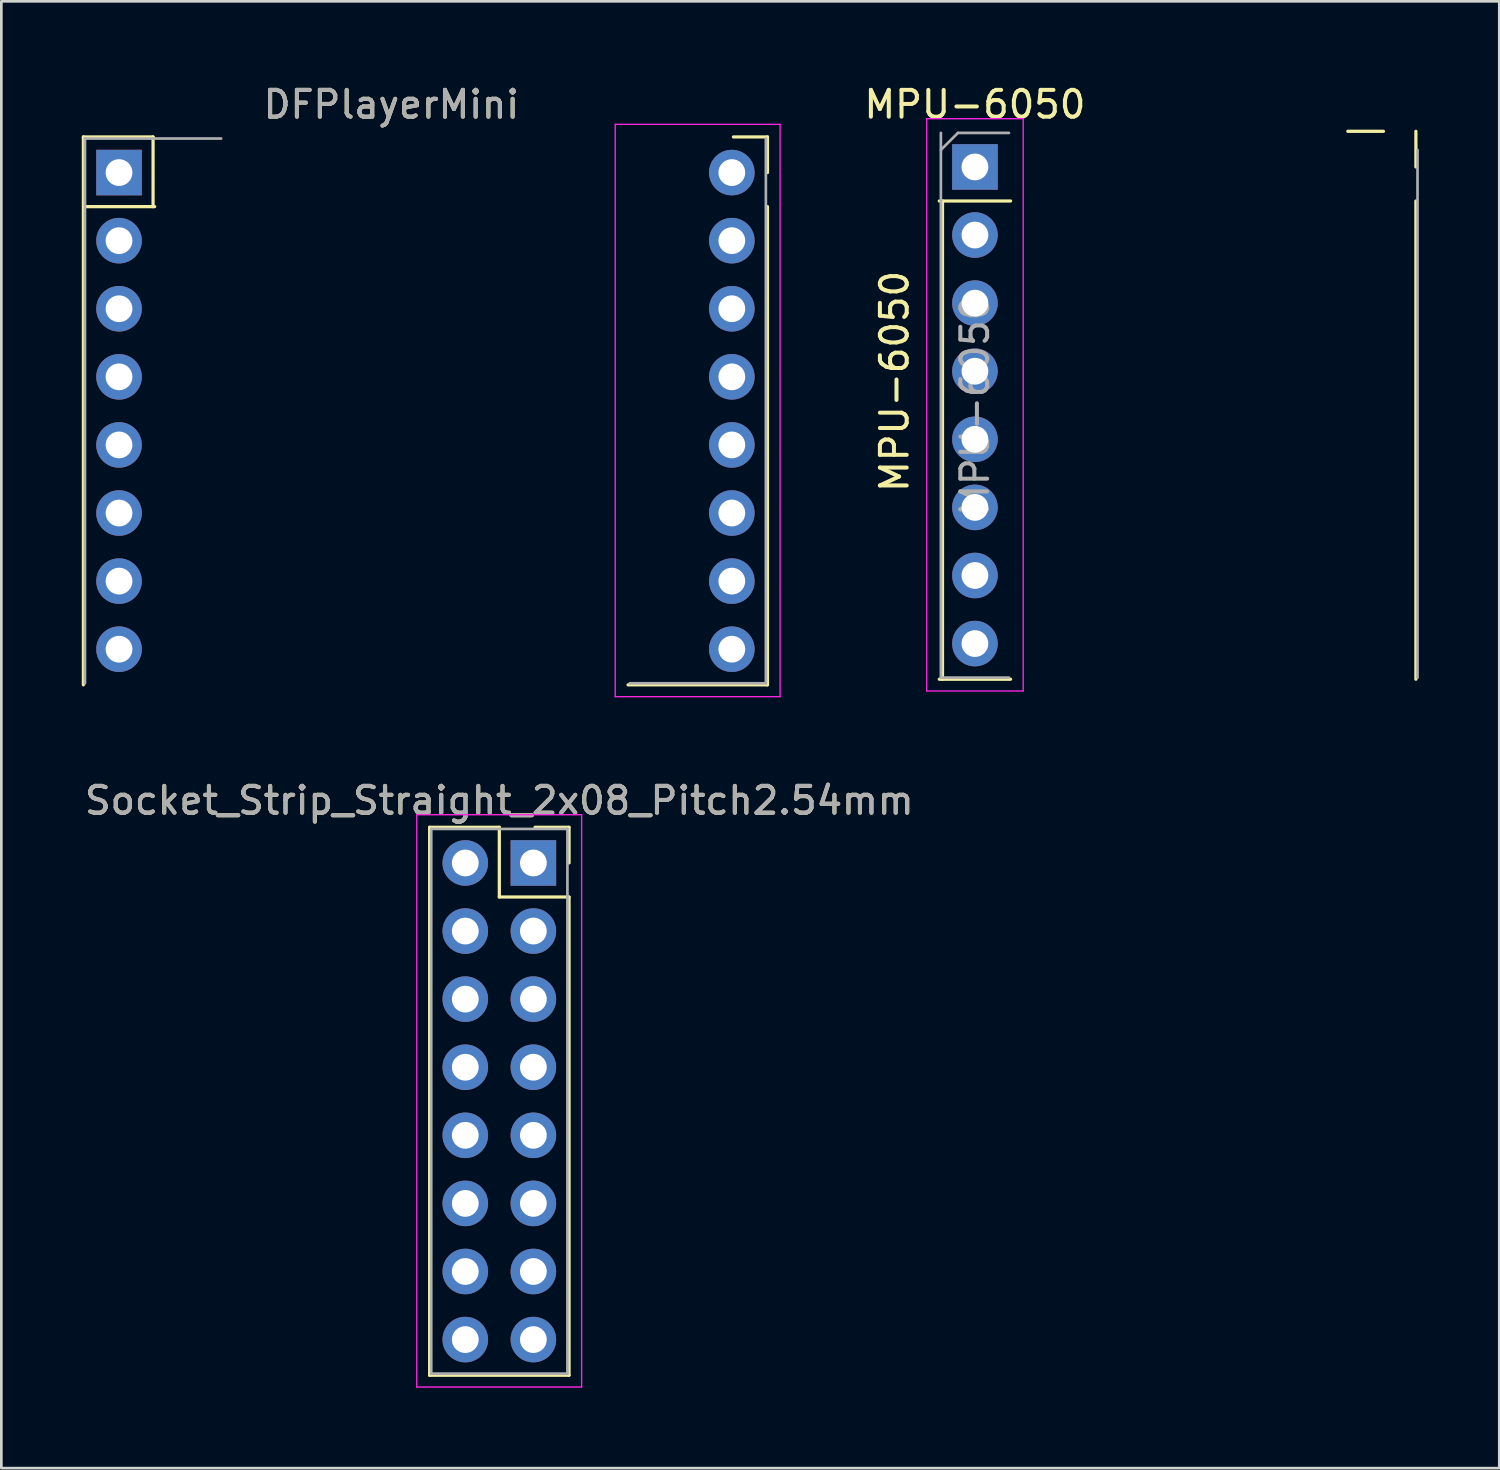
<source format=kicad_pcb>
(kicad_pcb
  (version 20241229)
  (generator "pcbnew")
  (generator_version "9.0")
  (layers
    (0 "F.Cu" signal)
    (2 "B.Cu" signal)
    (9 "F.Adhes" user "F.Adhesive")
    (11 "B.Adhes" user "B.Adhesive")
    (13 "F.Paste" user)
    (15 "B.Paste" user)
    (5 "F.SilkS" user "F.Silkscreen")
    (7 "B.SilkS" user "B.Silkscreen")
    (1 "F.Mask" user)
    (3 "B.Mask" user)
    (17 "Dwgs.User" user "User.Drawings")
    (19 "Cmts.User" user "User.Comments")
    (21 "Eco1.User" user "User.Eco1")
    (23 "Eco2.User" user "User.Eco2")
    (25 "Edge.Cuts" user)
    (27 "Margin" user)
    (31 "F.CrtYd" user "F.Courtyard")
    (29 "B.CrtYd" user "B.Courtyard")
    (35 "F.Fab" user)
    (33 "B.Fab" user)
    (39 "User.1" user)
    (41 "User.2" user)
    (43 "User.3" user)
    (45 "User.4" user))
  (footprint "Socket_Strip_Straight_2x08_Pitch2.54mm"
    (placed yes)
    (layer "F.Cu")
    (at 16.847 29.142)
    (property "Reference" "Socket_Strip_Straight_2x08_Pitch2.54mm" (at -1.27 -2.33 0) (layer "F.SilkS") (effects (font (size 1 1) (thickness 0.15))))
    (attr through_hole)
    (fp_line (start -3.87 -1.33) (end -1.27 -1.33) (stroke (width 0.12) (type solid)) (layer "F.SilkS"))
    (fp_line (start -3.87 19.11) (end -3.87 -1.33) (stroke (width 0.12) (type solid)) (layer "F.SilkS"))
    (fp_line (start -1.27 -1.33) (end -1.27 1.27) (stroke (width 0.12) (type solid)) (layer "F.SilkS"))
    (fp_line (start -1.27 1.27) (end 1.33 1.27) (stroke (width 0.12) (type solid)) (layer "F.SilkS"))
    (fp_line (start 1.33 -1.33) (end 0.06 -1.33) (stroke (width 0.12) (type solid)) (layer "F.SilkS"))
    (fp_line (start 1.33 0) (end 1.33 -1.33) (stroke (width 0.12) (type solid)) (layer "F.SilkS"))
    (fp_line (start 1.33 1.27) (end 1.33 19.11) (stroke (width 0.12) (type solid)) (layer "F.SilkS"))
    (fp_line (start 1.33 19.11) (end -3.87 19.11) (stroke (width 0.12) (type solid)) (layer "F.SilkS"))
    (fp_line (start -4.35 -1.8) (end -4.35 19.55) (stroke (width 0.05) (type solid)) (layer "F.CrtYd"))
    (fp_line (start -4.35 19.55) (end 1.8 19.55) (stroke (width 0.05) (type solid)) (layer "F.CrtYd"))
    (fp_line (start 1.8 -1.8) (end -4.35 -1.8) (stroke (width 0.05) (type solid)) (layer "F.CrtYd"))
    (fp_line (start 1.8 19.55) (end 1.8 -1.8) (stroke (width 0.05) (type solid)) (layer "F.CrtYd"))
    (fp_line (start -3.81 -1.27) (end -3.81 19.05) (stroke (width 0.1) (type solid)) (layer "F.Fab"))
    (fp_line (start -3.81 19.05) (end 1.27 19.05) (stroke (width 0.1) (type solid)) (layer "F.Fab"))
    (fp_line (start 1.27 -1.27) (end -3.81 -1.27) (stroke (width 0.1) (type solid)) (layer "F.Fab"))
    (fp_line (start 1.27 19.05) (end 1.27 -1.27) (stroke (width 0.1) (type solid)) (layer "F.Fab"))
    (fp_text user "${REFERENCE}" (at -1.27 -2.33 0) (layer "F.Fab") (effects (font (size 1 1) (thickness 0.15))))
    (pad "1" thru_hole rect (at 0 0) (size 1.7 1.7) (drill 1) (layers "*.Cu" "*.Mask"))
    (pad "2" thru_hole oval (at -2.54 0) (size 1.7 1.7) (drill 1) (layers "*.Cu" "*.Mask"))
    (pad "3" thru_hole oval (at 0 2.54) (size 1.7 1.7) (drill 1) (layers "*.Cu" "*.Mask"))
    (pad "4" thru_hole oval (at -2.54 2.54) (size 1.7 1.7) (drill 1) (layers "*.Cu" "*.Mask"))
    (pad "5" thru_hole oval (at 0 5.08) (size 1.7 1.7) (drill 1) (layers "*.Cu" "*.Mask"))
    (pad "6" thru_hole oval (at -2.54 5.08) (size 1.7 1.7) (drill 1) (layers "*.Cu" "*.Mask"))
    (pad "7" thru_hole oval (at 0 7.62) (size 1.7 1.7) (drill 1) (layers "*.Cu" "*.Mask"))
    (pad "8" thru_hole oval (at -2.54 7.62) (size 1.7 1.7) (drill 1) (layers "*.Cu" "*.Mask"))
    (pad "9" thru_hole oval (at 0 10.16) (size 1.7 1.7) (drill 1) (layers "*.Cu" "*.Mask"))
    (pad "10" thru_hole oval (at -2.54 10.16) (size 1.7 1.7) (drill 1) (layers "*.Cu" "*.Mask"))
    (pad "11" thru_hole oval (at 0 12.7) (size 1.7 1.7) (drill 1) (layers "*.Cu" "*.Mask"))
    (pad "12" thru_hole oval (at -2.54 12.7) (size 1.7 1.7) (drill 1) (layers "*.Cu" "*.Mask"))
    (pad "13" thru_hole oval (at 0 15.24) (size 1.7 1.7) (drill 1) (layers "*.Cu" "*.Mask"))
    (pad "14" thru_hole oval (at -2.54 15.24) (size 1.7 1.7) (drill 1) (layers "*.Cu" "*.Mask"))
    (pad "15" thru_hole oval (at 0 17.78) (size 1.7 1.7) (drill 1) (layers "*.Cu" "*.Mask"))
    (pad "16" thru_hole oval (at -2.54 17.78) (size 1.7 1.7) (drill 1) (layers "*.Cu" "*.Mask")))
  (footprint "MPU-6050"
    (placed yes)
    (layer "F.Cu")
    (at 33.319 3.178)
    (property "Reference" "MPU-6050" (at 0 -2.33 0) (layer "F.SilkS") (effects (font (size 1 1) (thickness 0.15))))
    (attr through_hole)
    (fp_line (start -1.33 1.27) (end 1.33 1.27) (stroke (width 0.12) (type solid)) (layer "F.SilkS"))
    (fp_line (start -1.33 19.11) (end 1.33 19.11) (stroke (width 0.12) (type solid)) (layer "F.SilkS"))
    (fp_line (start -1.21 1.27) (end -1.21 19.11) (stroke (width 0.12) (type solid)) (layer "F.SilkS"))
    (fp_line (start 13.91 -1.33) (end 15.24 -1.33) (stroke (width 0.12) (type solid)) (layer "F.SilkS"))
    (fp_line (start 16.45 0) (end 16.45 -1.33) (stroke (width 0.12) (type solid)) (layer "F.SilkS"))
    (fp_line (start 16.45 1.27) (end 16.45 19.11) (stroke (width 0.12) (type solid)) (layer "F.SilkS"))
    (fp_line (start -1.8 -1.8) (end -1.8 19.55) (stroke (width 0.05) (type solid)) (layer "F.CrtYd"))
    (fp_line (start -1.8 19.55) (end 1.8 19.55) (stroke (width 0.05) (type solid)) (layer "F.CrtYd"))
    (fp_line (start 1.8 -1.8) (end -1.8 -1.8) (stroke (width 0.05) (type solid)) (layer "F.CrtYd"))
    (fp_line (start 1.8 19.55) (end 1.8 -1.8) (stroke (width 0.05) (type solid)) (layer "F.CrtYd"))
    (fp_line (start -1.27 -1.27) (end -1.27 19.05) (stroke (width 0.1) (type solid)) (layer "F.Fab"))
    (fp_line (start -1.27 -0.635) (end -0.635 -1.27) (stroke (width 0.1) (type solid)) (layer "F.Fab"))
    (fp_line (start -0.635 -1.27) (end 1.27 -1.27) (stroke (width 0.1) (type solid)) (layer "F.Fab"))
    (fp_line (start 1.27 19.05) (end -1.27 19.05) (stroke (width 0.1) (type solid)) (layer "F.Fab"))
    (fp_line (start 16.51 19.05) (end 16.51 -0.635) (stroke (width 0.1) (type solid)) (layer "F.Fab"))
    (fp_text user "MPU-6050" (at -3 8 90) (layer "F.SilkS") (effects (font (size 1 1) (thickness 0.15))))
    (fp_text user "${REFERENCE}" (at 0 8.89 90) (layer "F.Fab") (effects (font (size 1 1) (thickness 0.15))))
    (pad "1" thru_hole rect (at 0 0) (size 1.7 1.7) (drill 1) (layers "*.Cu" "*.Mask"))
    (pad "2" thru_hole oval (at 0 2.54) (size 1.7 1.7) (drill 1) (layers "*.Cu" "*.Mask"))
    (pad "3" thru_hole oval (at 0 5.08) (size 1.7 1.7) (drill 1) (layers "*.Cu" "*.Mask"))
    (pad "4" thru_hole oval (at 0 7.62) (size 1.7 1.7) (drill 1) (layers "*.Cu" "*.Mask"))
    (pad "5" thru_hole oval (at 0 10.16) (size 1.7 1.7) (drill 1) (layers "*.Cu" "*.Mask"))
    (pad "6" thru_hole oval (at 0 12.7) (size 1.7 1.7) (drill 1) (layers "*.Cu" "*.Mask"))
    (pad "7" thru_hole oval (at 0 15.24) (size 1.7 1.7) (drill 1) (layers "*.Cu" "*.Mask"))
    (pad "8" thru_hole oval (at 0 17.78) (size 1.7 1.7) (drill 1) (layers "*.Cu" "*.Mask")))
  (footprint "DFPlayerMini"
    (placed yes)
    (layer "F.Cu")
    (at 11.55 3.388)
    (property "Reference" "DFPlayerMini" (at 0 -2.54 0) (layer "F.SilkS") (effects (font (size 1 1) (thickness 0.15))))
    (attr through_hole)
    (fp_line (start -11.49 -1.33) (end -8.89 -1.33) (stroke (width 0.12) (type solid)) (layer "F.SilkS"))
    (fp_line (start -11.49 19.11) (end -11.49 -1.33) (stroke (width 0.12) (type solid)) (layer "F.SilkS"))
    (fp_line (start -11.43 1.27) (end -8.83 1.27) (stroke (width 0.12) (type solid)) (layer "F.SilkS"))
    (fp_line (start -8.89 -1.33) (end -8.89 1.27) (stroke (width 0.12) (type solid)) (layer "F.SilkS"))
    (fp_line (start 14.03 -1.33) (end 12.76 -1.33) (stroke (width 0.12) (type solid)) (layer "F.SilkS"))
    (fp_line (start 14.03 0) (end 14.03 -1.33) (stroke (width 0.12) (type solid)) (layer "F.SilkS"))
    (fp_line (start 14.03 1.27) (end 14.03 19.11) (stroke (width 0.12) (type solid)) (layer "F.SilkS"))
    (fp_line (start 14.03 19.11) (end 8.83 19.11) (stroke (width 0.12) (type solid)) (layer "F.SilkS"))
    (fp_line (start 8.35 -1.8) (end 8.35 19.55) (stroke (width 0.05) (type solid)) (layer "F.CrtYd"))
    (fp_line (start 8.35 19.55) (end 14.5 19.55) (stroke (width 0.05) (type solid)) (layer "F.CrtYd"))
    (fp_line (start 14.5 -1.8) (end 8.35 -1.8) (stroke (width 0.05) (type solid)) (layer "F.CrtYd"))
    (fp_line (start 14.5 19.55) (end 14.5 -1.8) (stroke (width 0.05) (type solid)) (layer "F.CrtYd"))
    (fp_line (start -11.43 -1.27) (end -11.43 19.05) (stroke (width 0.1) (type solid)) (layer "F.Fab"))
    (fp_line (start -6.35 -1.27) (end -11.43 -1.27) (stroke (width 0.1) (type solid)) (layer "F.Fab"))
    (fp_line (start 8.89 19.05) (end 13.97 19.05) (stroke (width 0.1) (type solid)) (layer "F.Fab"))
    (fp_line (start 13.97 19.05) (end 13.97 -1.27) (stroke (width 0.1) (type solid)) (layer "F.Fab"))
    (fp_text user "${REFERENCE}" (at 0 -2.54 0) (layer "F.Fab") (effects (font (size 1 1) (thickness 0.15))))
    (pad "1" thru_hole rect (at -10.16 0) (size 1.7 1.7) (drill 1) (layers "*.Cu" "*.Mask"))
    (pad "2" thru_hole oval (at -10.16 2.54) (size 1.7 1.7) (drill 1) (layers "*.Cu" "*.Mask"))
    (pad "3" thru_hole oval (at -10.16 5.08) (size 1.7 1.7) (drill 1) (layers "*.Cu" "*.Mask"))
    (pad "4" thru_hole oval (at -10.16 7.62) (size 1.7 1.7) (drill 1) (layers "*.Cu" "*.Mask"))
    (pad "5" thru_hole oval (at -10.16 10.16) (size 1.7 1.7) (drill 1) (layers "*.Cu" "*.Mask"))
    (pad "6" thru_hole oval (at -10.16 12.7) (size 1.7 1.7) (drill 1) (layers "*.Cu" "*.Mask"))
    (pad "7" thru_hole oval (at -10.16 15.24) (size 1.7 1.7) (drill 1) (layers "*.Cu" "*.Mask"))
    (pad "8" thru_hole oval (at -10.16 17.78) (size 1.7 1.7) (drill 1) (layers "*.Cu" "*.Mask"))
    (pad "9" thru_hole oval (at 12.7 17.78) (size 1.7 1.7) (drill 1) (layers "*.Cu" "*.Mask"))
    (pad "10" thru_hole oval (at 12.7 15.24) (size 1.7 1.7) (drill 1) (layers "*.Cu" "*.Mask"))
    (pad "11" thru_hole oval (at 12.7 12.7) (size 1.7 1.7) (drill 1) (layers "*.Cu" "*.Mask"))
    (pad "12" thru_hole oval (at 12.7 10.16) (size 1.7 1.7) (drill 1) (layers "*.Cu" "*.Mask"))
    (pad "13" thru_hole oval (at 12.7 7.62) (size 1.7 1.7) (drill 1) (layers "*.Cu" "*.Mask"))
    (pad "14" thru_hole oval (at 12.7 5.08) (size 1.7 1.7) (drill 1) (layers "*.Cu" "*.Mask"))
    (pad "15" thru_hole oval (at 12.7 2.54) (size 1.7 1.7) (drill 1) (layers "*.Cu" "*.Mask"))
    (pad "16" thru_hole oval (at 12.7 0) (size 1.7 1.7) (drill 1) (layers "*.Cu" "*.Mask")))
  (gr_rect
    (start -3 -3)
    (end 52.879 51.717)
    (stroke (width 0.1) (type default))
    (fill no)
    (layer "Edge.Cuts")))
</source>
